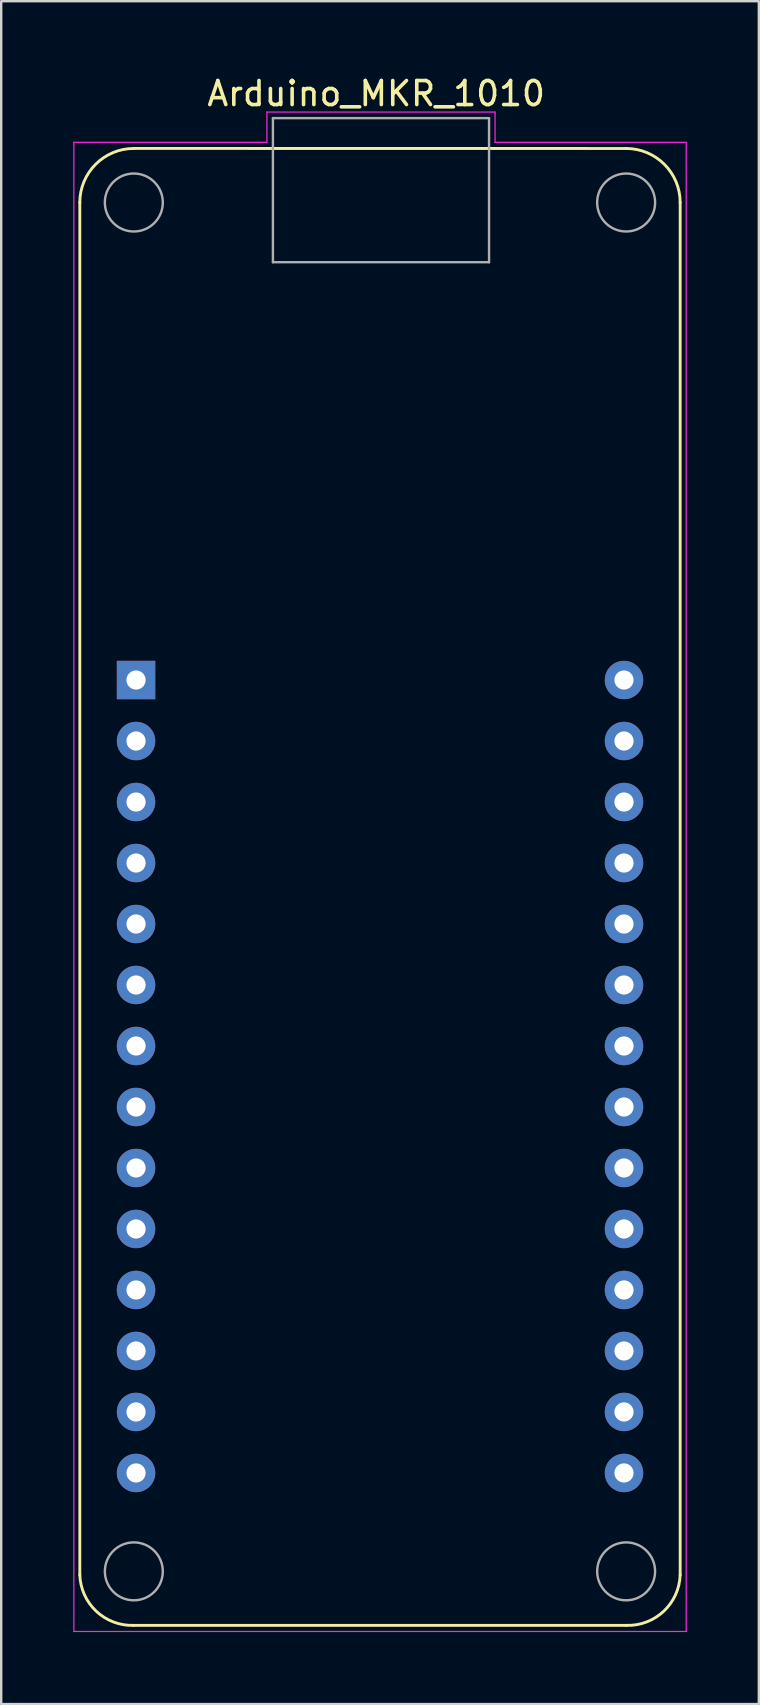
<source format=kicad_pcb>
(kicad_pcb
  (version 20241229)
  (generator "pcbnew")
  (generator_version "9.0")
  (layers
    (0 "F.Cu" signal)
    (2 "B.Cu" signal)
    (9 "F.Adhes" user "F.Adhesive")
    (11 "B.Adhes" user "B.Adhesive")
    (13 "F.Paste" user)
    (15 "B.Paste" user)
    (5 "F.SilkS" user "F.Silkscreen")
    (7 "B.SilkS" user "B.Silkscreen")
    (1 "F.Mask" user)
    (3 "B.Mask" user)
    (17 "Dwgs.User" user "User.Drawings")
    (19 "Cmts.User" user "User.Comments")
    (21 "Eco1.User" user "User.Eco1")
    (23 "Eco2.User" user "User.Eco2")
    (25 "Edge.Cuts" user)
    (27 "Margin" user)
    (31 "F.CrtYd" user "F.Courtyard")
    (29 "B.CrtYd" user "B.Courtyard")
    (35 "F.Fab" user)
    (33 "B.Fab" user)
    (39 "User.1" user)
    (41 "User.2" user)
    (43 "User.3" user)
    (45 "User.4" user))
  (footprint "Arduino_MKR_1010"
    (layer "F.Cu")
    (at 12.775 35.428)
    (property "Reference" "Arduino_MKR_1010" (at -0.16 -34.58 0) (layer "F.SilkS") (effects (font (size 1 1) (thickness 0.15))))
    (attr through_hole)
    (fp_line (start -12.501 27.106) (end -12.501 -30.045) (stroke (width 0.12) (type solid)) (layer "F.SilkS"))
    (fp_line (start -10.251 -32.296) (end 10.249 -32.295) (stroke (width 0.12) (type solid)) (layer "F.SilkS"))
    (fp_line (start 10.25 29.207) (end -10.251 29.207) (stroke (width 0.12) (type solid)) (layer "F.SilkS"))
    (fp_line (start 12.499 -30.045) (end 12.499 27.107) (stroke (width 0.12) (type solid)) (layer "F.SilkS"))
    (fp_arc (start -12.501421 -30.045427) (mid -11.842265 -31.636779) (end -10.250913 -32.295936) (stroke (width 0.12) (type solid)) (layer "F.SilkS"))
    (fp_arc (start -10.250913 29.206946) (mid -11.811732 28.623262) (end -12.501421 27.106301) (stroke (width 0.12) (type solid)) (layer "F.SilkS"))
    (fp_arc (start 10.248524 -32.294919) (mid 11.839748 -31.635889) (end 12.498777 -30.044665) (stroke (width 0.12) (type solid)) (layer "F.SilkS"))
    (fp_arc (start 12.498777 27.107063) (mid 11.809117 28.622523) (end 10.250047 29.206945) (stroke (width 0.12) (type solid)) (layer "F.SilkS"))
    (fp_line (start -12.75 -32.55) (end -4.71 -32.55) (stroke (width 0.05) (type solid)) (layer "F.CrtYd"))
    (fp_line (start -12.75 29.46) (end -12.75 -32.55) (stroke (width 0.05) (type solid)) (layer "F.CrtYd"))
    (fp_line (start -4.71 -33.81) (end 4.79 -33.81) (stroke (width 0.05) (type solid)) (layer "F.CrtYd"))
    (fp_line (start -4.71 -32.55) (end -4.71 -33.81) (stroke (width 0.05) (type solid)) (layer "F.CrtYd"))
    (fp_line (start 4.79 -33.81) (end 4.79 -32.55) (stroke (width 0.05) (type solid)) (layer "F.CrtYd"))
    (fp_line (start 4.79 -32.55) (end 12.75 -32.55) (stroke (width 0.05) (type solid)) (layer "F.CrtYd"))
    (fp_line (start 12.75 -32.55) (end 12.75 29.46) (stroke (width 0.05) (type solid)) (layer "F.CrtYd"))
    (fp_line (start 12.75 29.46) (end -12.75 29.46) (stroke (width 0.05) (type solid)) (layer "F.CrtYd"))
    (fp_line (start -4.46 -33.558) (end -4.46 -27.558) (stroke (width 0.1) (type solid)) (layer "F.Fab"))
    (fp_line (start -4.46 -27.558) (end 4.54 -27.558) (stroke (width 0.1) (type solid)) (layer "F.Fab"))
    (fp_line (start 4.54 -33.558) (end -4.46 -33.558) (stroke (width 0.1) (type solid)) (layer "F.Fab"))
    (fp_line (start 4.54 -27.558) (end 4.54 -33.558) (stroke (width 0.1) (type solid)) (layer "F.Fab"))
    (fp_circle (center -10.252 -30.045) (end -10.252 -28.838) (stroke (width 0.1) (type solid)) (fill no) (layer "F.Fab"))
    (fp_circle (center -10.252 26.957) (end -10.252 28.163) (stroke (width 0.1) (type solid)) (fill no) (layer "F.Fab"))
    (fp_circle (center 10.249 -30.045) (end 10.249 -28.838) (stroke (width 0.1) (type solid)) (fill no) (layer "F.Fab"))
    (fp_circle (center 10.249 26.957) (end 10.249 28.163) (stroke (width 0.1) (type solid)) (fill no) (layer "F.Fab"))
    (pad "1" thru_hole rect (at -10.16 -10.16 270) (size 1.6 1.6) (drill 0.8) (layers "*.Cu" "*.Mask"))
    (pad "2" thru_hole circle (at -10.16 -7.62 270) (size 1.6 1.6) (drill 0.8) (layers "*.Cu" "*.Mask"))
    (pad "3" thru_hole circle (at -10.16 -5.08 270) (size 1.6 1.6) (drill 0.8) (layers "*.Cu" "*.Mask"))
    (pad "4" thru_hole circle (at -10.16 -2.54 270) (size 1.6 1.6) (drill 0.8) (layers "*.Cu" "*.Mask"))
    (pad "5" thru_hole circle (at -10.16 0 270) (size 1.6 1.6) (drill 0.8) (layers "*.Cu" "*.Mask"))
    (pad "6" thru_hole circle (at -10.16 2.54 270) (size 1.6 1.6) (drill 0.8) (layers "*.Cu" "*.Mask"))
    (pad "7" thru_hole circle (at -10.16 5.08 270) (size 1.6 1.6) (drill 0.8) (layers "*.Cu" "*.Mask"))
    (pad "8" thru_hole circle (at -10.16 7.62 270) (size 1.6 1.6) (drill 0.8) (layers "*.Cu" "*.Mask"))
    (pad "9" thru_hole circle (at -10.16 10.16 270) (size 1.6 1.6) (drill 0.8) (layers "*.Cu" "*.Mask"))
    (pad "10" thru_hole circle (at -10.16 12.7 270) (size 1.6 1.6) (drill 0.8) (layers "*.Cu" "*.Mask"))
    (pad "11" thru_hole circle (at -10.16 15.24 270) (size 1.6 1.6) (drill 0.8) (layers "*.Cu" "*.Mask"))
    (pad "12" thru_hole circle (at -10.16 17.78 270) (size 1.6 1.6) (drill 0.8) (layers "*.Cu" "*.Mask"))
    (pad "13" thru_hole circle (at -10.16 20.32 270) (size 1.6 1.6) (drill 0.8) (layers "*.Cu" "*.Mask"))
    (pad "14" thru_hole circle (at -10.16 22.86 270) (size 1.6 1.6) (drill 0.8) (layers "*.Cu" "*.Mask"))
    (pad "15" thru_hole circle (at 10.16 22.86 270) (size 1.6 1.6) (drill 0.8) (layers "*.Cu" "*.Mask"))
    (pad "16" thru_hole circle (at 10.16 20.32 270) (size 1.6 1.6) (drill 0.8) (layers "*.Cu" "*.Mask"))
    (pad "17" thru_hole circle (at 10.16 17.78 270) (size 1.6 1.6) (drill 0.8) (layers "*.Cu" "*.Mask"))
    (pad "18" thru_hole circle (at 10.16 15.24 270) (size 1.6 1.6) (drill 0.8) (layers "*.Cu" "*.Mask"))
    (pad "19" thru_hole circle (at 10.16 12.7 270) (size 1.6 1.6) (drill 0.8) (layers "*.Cu" "*.Mask"))
    (pad "20" thru_hole circle (at 10.16 10.16 270) (size 1.6 1.6) (drill 0.8) (layers "*.Cu" "*.Mask"))
    (pad "21" thru_hole circle (at 10.16 7.62 270) (size 1.6 1.6) (drill 0.8) (layers "*.Cu" "*.Mask"))
    (pad "22" thru_hole circle (at 10.16 5.08 270) (size 1.6 1.6) (drill 0.8) (layers "*.Cu" "*.Mask"))
    (pad "23" thru_hole circle (at 10.16 2.54 270) (size 1.6 1.6) (drill 0.8) (layers "*.Cu" "*.Mask"))
    (pad "24" thru_hole circle (at 10.16 0 270) (size 1.6 1.6) (drill 0.8) (layers "*.Cu" "*.Mask"))
    (pad "25" thru_hole circle (at 10.16 -2.54 270) (size 1.6 1.6) (drill 0.8) (layers "*.Cu" "*.Mask"))
    (pad "26" thru_hole circle (at 10.16 -5.08 270) (size 1.6 1.6) (drill 0.8) (layers "*.Cu" "*.Mask"))
    (pad "27" thru_hole circle (at 10.16 -7.62 270) (size 1.6 1.6) (drill 0.8) (layers "*.Cu" "*.Mask"))
    (pad "28" thru_hole circle (at 10.16 -10.16) (size 1.6 1.6) (drill 0.8) (layers "*.Cu" "*.Mask")))
  (gr_rect
    (start -3 -3)
    (end 28.55 67.913)
    (stroke (width 0.1) (type default))
    (fill no)
    (layer "Edge.Cuts")))
</source>
